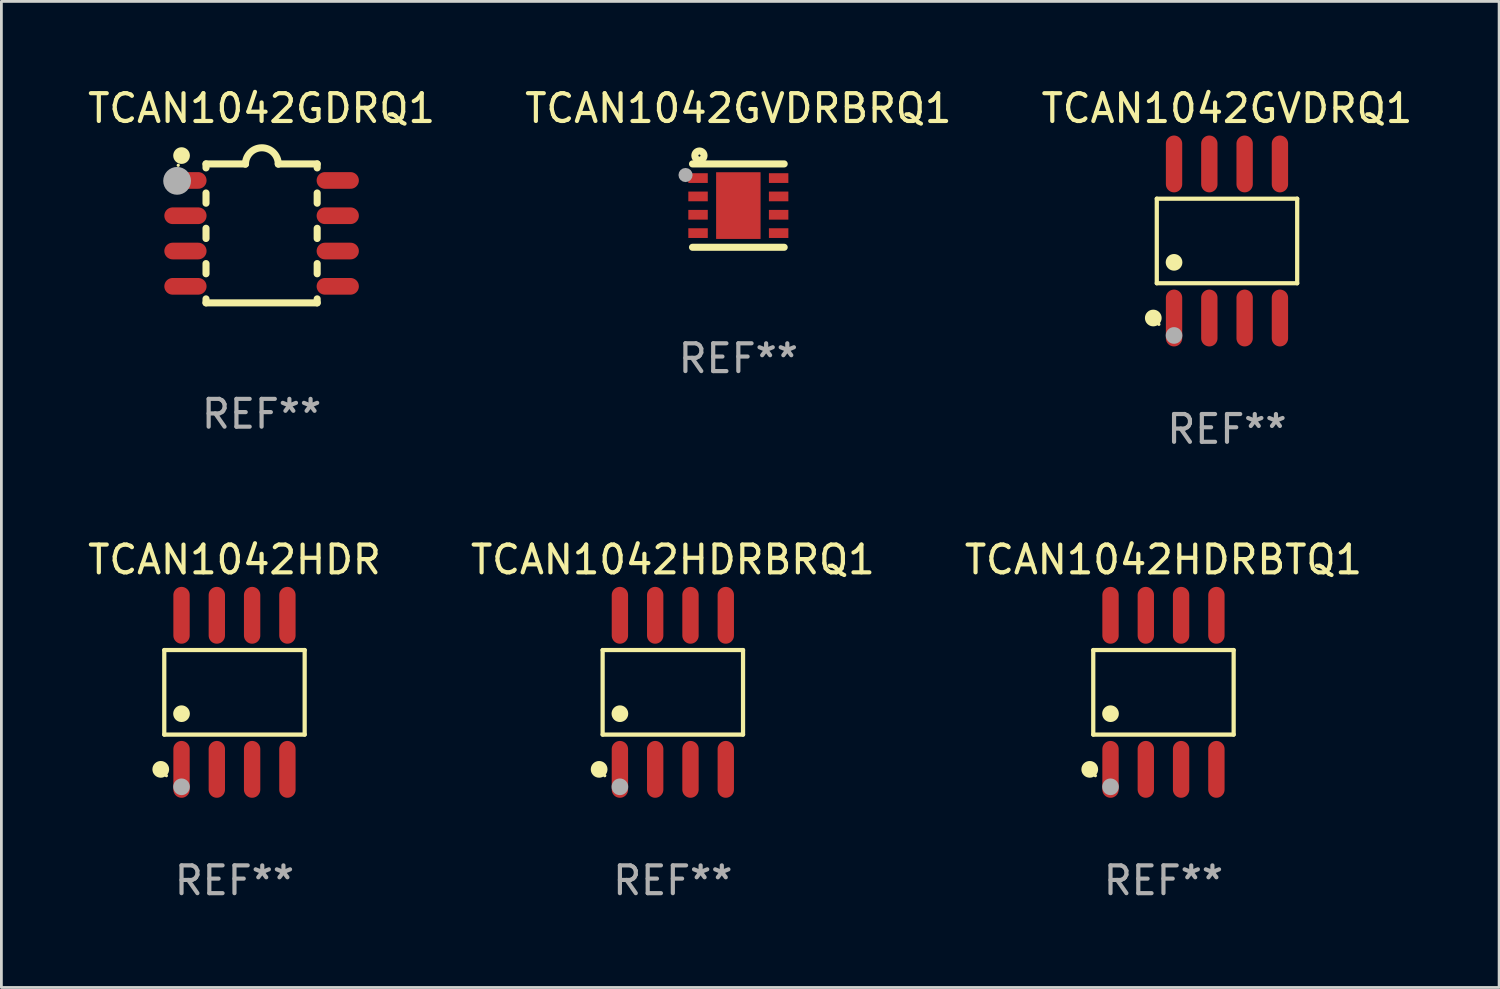
<source format=kicad_pcb>
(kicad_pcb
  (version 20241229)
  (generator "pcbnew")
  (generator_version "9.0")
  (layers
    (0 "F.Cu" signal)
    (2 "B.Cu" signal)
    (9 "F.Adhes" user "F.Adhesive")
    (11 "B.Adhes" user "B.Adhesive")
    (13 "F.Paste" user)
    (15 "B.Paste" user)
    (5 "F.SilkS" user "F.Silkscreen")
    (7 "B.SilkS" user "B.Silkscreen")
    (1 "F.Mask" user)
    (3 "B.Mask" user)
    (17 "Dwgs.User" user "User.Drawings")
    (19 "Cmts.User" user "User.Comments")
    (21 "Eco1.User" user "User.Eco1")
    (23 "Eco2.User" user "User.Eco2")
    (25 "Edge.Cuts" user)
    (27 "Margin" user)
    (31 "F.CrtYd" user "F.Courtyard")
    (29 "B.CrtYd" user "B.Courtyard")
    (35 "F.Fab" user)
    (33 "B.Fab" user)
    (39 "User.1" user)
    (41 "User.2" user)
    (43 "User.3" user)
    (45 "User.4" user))
  (footprint "TCAN1042HDRBTQ1"
    (layer "F.Cu")
    (at 38.815 21.862)
    (property "Reference" "TCAN1042HDRBTQ1" (at 0 -4.772 0) (layer "F.SilkS") (effects (font (size 1 1) (thickness 0.15))))
    (attr through_hole)
    (fp_line (start -2.526 -1.521) (end 2.526 -1.521) (stroke (width 0.152) (type solid)) (layer "F.SilkS"))
    (fp_line (start -2.526 1.521) (end -2.526 -1.521) (stroke (width 0.152) (type solid)) (layer "F.SilkS"))
    (fp_line (start 2.526 -1.521) (end 2.526 1.521) (stroke (width 0.152) (type solid)) (layer "F.SilkS"))
    (fp_line (start 2.526 1.521) (end -2.526 1.521) (stroke (width 0.152) (type solid)) (layer "F.SilkS"))
    (fp_circle (center -2.652 2.772) (end -2.501 2.772) (stroke (width 0.3) (type solid)) (fill no) (layer "F.SilkS"))
    (fp_circle (center -2.45 3) (end -2.42 3) (stroke (width 0.06) (type solid)) (fill no) (layer "F.SilkS"))
    (fp_circle (center -1.905 0.769) (end -1.755 0.769) (stroke (width 0.3) (type solid)) (fill no) (layer "F.SilkS"))
    (fp_circle (center -1.905 3.4) (end -1.755 3.4) (stroke (width 0.3) (type solid)) (fill no) (layer "F.Fab"))
    (fp_text user "REF**" (at 0 6.772 0) (layer "F.Fab") (effects (font (size 1 1) (thickness 0.15))))
    (pad "1" smd oval (at -1.905 2.772) (size 0.588 2.045) (layers "F.Cu" "F.Mask" "F.Paste"))
    (pad "2" smd oval (at -0.635 2.772) (size 0.588 2.045) (layers "F.Cu" "F.Mask" "F.Paste"))
    (pad "3" smd oval (at 0.635 2.772) (size 0.588 2.045) (layers "F.Cu" "F.Mask" "F.Paste"))
    (pad "4" smd oval (at 1.905 2.772) (size 0.588 2.045) (layers "F.Cu" "F.Mask" "F.Paste"))
    (pad "5" smd oval (at 1.905 -2.772) (size 0.588 2.045) (layers "F.Cu" "F.Mask" "F.Paste"))
    (pad "6" smd oval (at 0.635 -2.772) (size 0.588 2.045) (layers "F.Cu" "F.Mask" "F.Paste"))
    (pad "7" smd oval (at -0.635 -2.772) (size 0.588 2.045) (layers "F.Cu" "F.Mask" "F.Paste"))
    (pad "8" smd oval (at -1.905 -2.772) (size 0.588 2.045) (layers "F.Cu" "F.Mask" "F.Paste")))
  (footprint "TCAN1042HDR"
    (layer "F.Cu")
    (at 5.387 21.862)
    (property "Reference" "TCAN1042HDR" (at 0 -4.772 0) (layer "F.SilkS") (effects (font (size 1 1) (thickness 0.15))))
    (attr through_hole)
    (fp_line (start -2.526 -1.521) (end 2.526 -1.521) (stroke (width 0.152) (type solid)) (layer "F.SilkS"))
    (fp_line (start -2.526 1.521) (end -2.526 -1.521) (stroke (width 0.152) (type solid)) (layer "F.SilkS"))
    (fp_line (start 2.526 -1.521) (end 2.526 1.521) (stroke (width 0.152) (type solid)) (layer "F.SilkS"))
    (fp_line (start 2.526 1.521) (end -2.526 1.521) (stroke (width 0.152) (type solid)) (layer "F.SilkS"))
    (fp_circle (center -2.652 2.772) (end -2.501 2.772) (stroke (width 0.3) (type solid)) (fill no) (layer "F.SilkS"))
    (fp_circle (center -2.45 3) (end -2.42 3) (stroke (width 0.06) (type solid)) (fill no) (layer "F.SilkS"))
    (fp_circle (center -1.905 0.769) (end -1.755 0.769) (stroke (width 0.3) (type solid)) (fill no) (layer "F.SilkS"))
    (fp_circle (center -1.905 3.4) (end -1.755 3.4) (stroke (width 0.3) (type solid)) (fill no) (layer "F.Fab"))
    (fp_text user "REF**" (at 0 6.772 0) (layer "F.Fab") (effects (font (size 1 1) (thickness 0.15))))
    (pad "1" smd oval (at -1.905 2.772) (size 0.588 2.045) (layers "F.Cu" "F.Mask" "F.Paste"))
    (pad "2" smd oval (at -0.635 2.772) (size 0.588 2.045) (layers "F.Cu" "F.Mask" "F.Paste"))
    (pad "3" smd oval (at 0.635 2.772) (size 0.588 2.045) (layers "F.Cu" "F.Mask" "F.Paste"))
    (pad "4" smd oval (at 1.905 2.772) (size 0.588 2.045) (layers "F.Cu" "F.Mask" "F.Paste"))
    (pad "5" smd oval (at 1.905 -2.772) (size 0.588 2.045) (layers "F.Cu" "F.Mask" "F.Paste"))
    (pad "6" smd oval (at 0.635 -2.772) (size 0.588 2.045) (layers "F.Cu" "F.Mask" "F.Paste"))
    (pad "7" smd oval (at -0.635 -2.772) (size 0.588 2.045) (layers "F.Cu" "F.Mask" "F.Paste"))
    (pad "8" smd oval (at -1.905 -2.772) (size 0.588 2.045) (layers "F.Cu" "F.Mask" "F.Paste")))
  (footprint "TCAN1042HDRBRQ1"
    (layer "F.Cu")
    (at 21.161 21.862)
    (property "Reference" "TCAN1042HDRBRQ1" (at 0 -4.772 0) (layer "F.SilkS") (effects (font (size 1 1) (thickness 0.15))))
    (attr through_hole)
    (fp_line (start -2.526 -1.521) (end 2.526 -1.521) (stroke (width 0.152) (type solid)) (layer "F.SilkS"))
    (fp_line (start -2.526 1.521) (end -2.526 -1.521) (stroke (width 0.152) (type solid)) (layer "F.SilkS"))
    (fp_line (start 2.526 -1.521) (end 2.526 1.521) (stroke (width 0.152) (type solid)) (layer "F.SilkS"))
    (fp_line (start 2.526 1.521) (end -2.526 1.521) (stroke (width 0.152) (type solid)) (layer "F.SilkS"))
    (fp_circle (center -2.652 2.772) (end -2.501 2.772) (stroke (width 0.3) (type solid)) (fill no) (layer "F.SilkS"))
    (fp_circle (center -2.45 3) (end -2.42 3) (stroke (width 0.06) (type solid)) (fill no) (layer "F.SilkS"))
    (fp_circle (center -1.905 0.769) (end -1.755 0.769) (stroke (width 0.3) (type solid)) (fill no) (layer "F.SilkS"))
    (fp_circle (center -1.905 3.4) (end -1.755 3.4) (stroke (width 0.3) (type solid)) (fill no) (layer "F.Fab"))
    (fp_text user "REF**" (at 0 6.772 0) (layer "F.Fab") (effects (font (size 1 1) (thickness 0.15))))
    (pad "1" smd oval (at -1.905 2.772) (size 0.588 2.045) (layers "F.Cu" "F.Mask" "F.Paste"))
    (pad "2" smd oval (at -0.635 2.772) (size 0.588 2.045) (layers "F.Cu" "F.Mask" "F.Paste"))
    (pad "3" smd oval (at 0.635 2.772) (size 0.588 2.045) (layers "F.Cu" "F.Mask" "F.Paste"))
    (pad "4" smd oval (at 1.905 2.772) (size 0.588 2.045) (layers "F.Cu" "F.Mask" "F.Paste"))
    (pad "5" smd oval (at 1.905 -2.772) (size 0.588 2.045) (layers "F.Cu" "F.Mask" "F.Paste"))
    (pad "6" smd oval (at 0.635 -2.772) (size 0.588 2.045) (layers "F.Cu" "F.Mask" "F.Paste"))
    (pad "7" smd oval (at -0.635 -2.772) (size 0.588 2.045) (layers "F.Cu" "F.Mask" "F.Paste"))
    (pad "8" smd oval (at -1.905 -2.772) (size 0.588 2.045) (layers "F.Cu" "F.Mask" "F.Paste")))
  (footprint "TCAN1042GDRQ1"
    (layer "F.Cu")
    (at 6.363 5.348)
    (property "Reference" "TCAN1042GDRQ1" (at 0 -4.5 0) (layer "F.SilkS") (effects (font (size 1 1) (thickness 0.15))))
    (attr through_hole)
    (fp_line (start -2 -2.5) (end -2 -2.356) (stroke (width 0.254) (type solid)) (layer "F.SilkS"))
    (fp_line (start -2 -1.454) (end -2 -1.086) (stroke (width 0.254) (type solid)) (layer "F.SilkS"))
    (fp_line (start -2 -0.184) (end -2 0.184) (stroke (width 0.254) (type solid)) (layer "F.SilkS"))
    (fp_line (start -2 1.086) (end -2 1.454) (stroke (width 0.254) (type solid)) (layer "F.SilkS"))
    (fp_line (start -2 2.356) (end -2 2.5) (stroke (width 0.254) (type solid)) (layer "F.SilkS"))
    (fp_line (start -0.58 -2.5) (end -2 -2.5) (stroke (width 0.254) (type solid)) (layer "F.SilkS"))
    (fp_line (start 2 -2.5) (end 0.6 -2.5) (stroke (width 0.254) (type solid)) (layer "F.SilkS"))
    (fp_line (start 2 -2.5) (end 2 -2.356) (stroke (width 0.254) (type solid)) (layer "F.SilkS"))
    (fp_line (start 2 -1.454) (end 2 -1.086) (stroke (width 0.254) (type solid)) (layer "F.SilkS"))
    (fp_line (start 2 -0.184) (end 2 0.184) (stroke (width 0.254) (type solid)) (layer "F.SilkS"))
    (fp_line (start 2 1.086) (end 2 1.454) (stroke (width 0.254) (type solid)) (layer "F.SilkS"))
    (fp_line (start 2 2.356) (end 2 2.5) (stroke (width 0.254) (type solid)) (layer "F.SilkS"))
    (fp_line (start 2 2.5) (end -2 2.5) (stroke (width 0.254) (type solid)) (layer "F.SilkS"))
    (fp_arc (start -0.579908 -2.489992) (mid 0.010097 -3.07831) (end 0.600102 -2.489992) (stroke (width 0.254001) (type solid)) (layer "F.SilkS"))
    (fp_circle (center -3 -2.45) (end -2.97 -2.45) (stroke (width 0.06) (type solid)) (fill no) (layer "F.SilkS"))
    (fp_circle (center -2.88 -2.8) (end -2.73 -2.8) (stroke (width 0.3) (type solid)) (fill no) (layer "F.SilkS"))
    (fp_circle (center -3.04 -1.89) (end -2.79 -1.89) (stroke (width 0.5) (type solid)) (fill no) (layer "F.Fab"))
    (fp_text user "REF**" (at 0 6.5 0) (layer "F.Fab") (effects (font (size 1 1) (thickness 0.15))))
    (pad "1" smd oval (at -2.74 -1.905 90) (size 0.6 1.52) (layers "F.Cu" "F.Mask" "F.Paste"))
    (pad "2" smd oval (at -2.74 -0.635 90) (size 0.6 1.52) (layers "F.Cu" "F.Mask" "F.Paste"))
    (pad "3" smd oval (at -2.74 0.635 90) (size 0.6 1.52) (layers "F.Cu" "F.Mask" "F.Paste"))
    (pad "4" smd oval (at -2.74 1.905 90) (size 0.6 1.52) (layers "F.Cu" "F.Mask" "F.Paste"))
    (pad "5" smd oval (at 2.74 1.905 90) (size 0.6 1.52) (layers "F.Cu" "F.Mask" "F.Paste"))
    (pad "6" smd oval (at 2.74 0.635 90) (size 0.6 1.52) (layers "F.Cu" "F.Mask" "F.Paste"))
    (pad "7" smd oval (at 2.74 -0.635 90) (size 0.6 1.52) (layers "F.Cu" "F.Mask" "F.Paste"))
    (pad "8" smd oval (at 2.74 -1.905 90) (size 0.6 1.52) (layers "F.Cu" "F.Mask" "F.Paste")))
  (footprint "TCAN1042GVDRBRQ1"
    (layer "F.Cu")
    (at 23.518 4.348)
    (property "Reference" "TCAN1042GVDRBRQ1" (at 0 -3.5 0) (layer "F.SilkS") (effects (font (size 1 1) (thickness 0.15))))
    (attr through_hole)
    (fp_line (start -1.65 -1.5) (end 1.65 -1.5) (stroke (width 0.254) (type solid)) (layer "F.SilkS"))
    (fp_line (start -1.65 1.5) (end 1.65 1.5) (stroke (width 0.254) (type solid)) (layer "F.SilkS"))
    (fp_circle (center -1.5 -1.5) (end -1.47 -1.5) (stroke (width 0.06) (type solid)) (fill no) (layer "F.SilkS"))
    (fp_circle (center -1.4 -1.8) (end -1.235 -1.8) (stroke (width 0.254) (type solid)) (fill no) (layer "F.SilkS"))
    (fp_circle (center -1.9 -1.1) (end -1.773 -1.1) (stroke (width 0.254) (type solid)) (fill no) (layer "F.Fab"))
    (fp_text user "REF**" (at 0 5.5 0) (layer "F.Fab") (effects (font (size 1 1) (thickness 0.15))))
    (pad "1" smd rect (at -1.45 -0.99 180) (size 0.7 0.35) (layers "F.Cu" "F.Mask" "F.Paste"))
    (pad "2" smd rect (at -1.45 -0.33 180) (size 0.7 0.35) (layers "F.Cu" "F.Mask" "F.Paste"))
    (pad "3" smd rect (at -1.45 0.33 180) (size 0.7 0.35) (layers "F.Cu" "F.Mask" "F.Paste"))
    (pad "4" smd rect (at -1.45 0.99 180) (size 0.7 0.35) (layers "F.Cu" "F.Mask" "F.Paste"))
    (pad "5" smd rect (at 1.45 0.99 180) (size 0.7 0.35) (layers "F.Cu" "F.Mask" "F.Paste"))
    (pad "6" smd rect (at 1.45 0.33 180) (size 0.7 0.35) (layers "F.Cu" "F.Mask" "F.Paste"))
    (pad "7" smd rect (at 1.45 -0.33 180) (size 0.7 0.35) (layers "F.Cu" "F.Mask" "F.Paste"))
    (pad "8" smd rect (at 1.45 -0.99 180) (size 0.7 0.35) (layers "F.Cu" "F.Mask" "F.Paste"))
    (pad "9" smd rect (at 0 -0.000394 90) (size 2.4 1.6) (layers "F.Cu" "F.Mask" "F.Paste")))
  (footprint "TCAN1042GVDRQ1"
    (layer "F.Cu")
    (at 41.101 5.621)
    (property "Reference" "TCAN1042GVDRQ1" (at 0 -4.772 0) (layer "F.SilkS") (effects (font (size 1 1) (thickness 0.15))))
    (attr through_hole)
    (fp_line (start -2.526 -1.521) (end 2.526 -1.521) (stroke (width 0.152) (type solid)) (layer "F.SilkS"))
    (fp_line (start -2.526 1.521) (end -2.526 -1.521) (stroke (width 0.152) (type solid)) (layer "F.SilkS"))
    (fp_line (start 2.526 -1.521) (end 2.526 1.521) (stroke (width 0.152) (type solid)) (layer "F.SilkS"))
    (fp_line (start 2.526 1.521) (end -2.526 1.521) (stroke (width 0.152) (type solid)) (layer "F.SilkS"))
    (fp_circle (center -2.652 2.772) (end -2.501 2.772) (stroke (width 0.3) (type solid)) (fill no) (layer "F.SilkS"))
    (fp_circle (center -2.45 3) (end -2.42 3) (stroke (width 0.06) (type solid)) (fill no) (layer "F.SilkS"))
    (fp_circle (center -1.905 0.769) (end -1.755 0.769) (stroke (width 0.3) (type solid)) (fill no) (layer "F.SilkS"))
    (fp_circle (center -1.905 3.4) (end -1.755 3.4) (stroke (width 0.3) (type solid)) (fill no) (layer "F.Fab"))
    (fp_text user "REF**" (at 0 6.772 0) (layer "F.Fab") (effects (font (size 1 1) (thickness 0.15))))
    (pad "1" smd oval (at -1.905 2.772) (size 0.588 2.045) (layers "F.Cu" "F.Mask" "F.Paste"))
    (pad "2" smd oval (at -0.635 2.772) (size 0.588 2.045) (layers "F.Cu" "F.Mask" "F.Paste"))
    (pad "3" smd oval (at 0.635 2.772) (size 0.588 2.045) (layers "F.Cu" "F.Mask" "F.Paste"))
    (pad "4" smd oval (at 1.905 2.772) (size 0.588 2.045) (layers "F.Cu" "F.Mask" "F.Paste"))
    (pad "5" smd oval (at 1.905 -2.772) (size 0.588 2.045) (layers "F.Cu" "F.Mask" "F.Paste"))
    (pad "6" smd oval (at 0.635 -2.772) (size 0.588 2.045) (layers "F.Cu" "F.Mask" "F.Paste"))
    (pad "7" smd oval (at -0.635 -2.772) (size 0.588 2.045) (layers "F.Cu" "F.Mask" "F.Paste"))
    (pad "8" smd oval (at -1.905 -2.772) (size 0.588 2.045) (layers "F.Cu" "F.Mask" "F.Paste")))
  (gr_rect
    (start -3 -3)
    (end 50.893 32.483)
    (stroke (width 0.1) (type default))
    (fill no)
    (layer "Edge.Cuts")))
</source>
